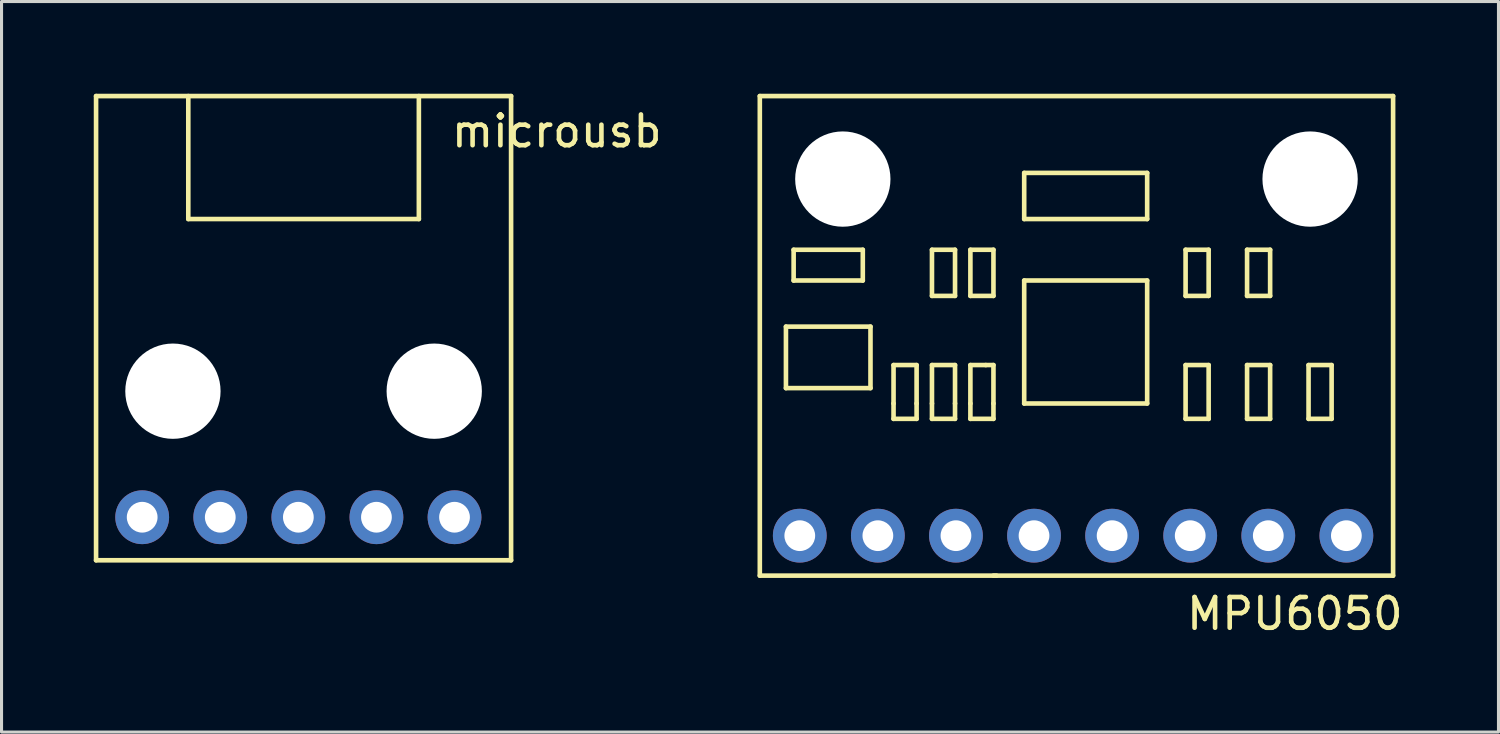
<source format=kicad_pcb>
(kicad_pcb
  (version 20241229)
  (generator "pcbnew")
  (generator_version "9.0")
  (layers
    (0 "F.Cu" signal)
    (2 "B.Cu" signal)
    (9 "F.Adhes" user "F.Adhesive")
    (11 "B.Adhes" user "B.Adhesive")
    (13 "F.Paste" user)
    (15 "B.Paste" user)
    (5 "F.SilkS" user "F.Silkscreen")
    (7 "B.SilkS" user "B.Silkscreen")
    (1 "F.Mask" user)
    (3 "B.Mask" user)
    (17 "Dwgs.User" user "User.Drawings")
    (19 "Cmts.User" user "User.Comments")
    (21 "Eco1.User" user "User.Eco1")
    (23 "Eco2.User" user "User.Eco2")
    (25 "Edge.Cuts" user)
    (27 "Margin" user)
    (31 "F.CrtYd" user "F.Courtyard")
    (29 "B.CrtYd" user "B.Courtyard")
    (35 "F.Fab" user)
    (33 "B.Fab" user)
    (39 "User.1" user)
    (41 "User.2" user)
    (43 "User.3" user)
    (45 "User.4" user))
  (footprint "microusb"
    (layer "F.Cu")
    (at 1.575 13.775)
    (property "Reference" "microusb" (at 13.486 -12.557 0) (layer "F.SilkS") (effects (font (size 1 1) (thickness 0.15))))
    (attr through_hole)
    (fp_line (start -1.5 -13.7) (end 12 -13.7) (stroke (width 0.15) (type solid)) (layer "F.SilkS"))
    (fp_line (start -1.5 1.4) (end -1.5 -13.7) (stroke (width 0.15) (type solid)) (layer "F.SilkS"))
    (fp_line (start -1.5 1.4) (end 12 1.4) (stroke (width 0.15) (type solid)) (layer "F.SilkS"))
    (fp_line (start 1.5 -9.7) (end 1.5 -13.7) (stroke (width 0.15) (type solid)) (layer "F.SilkS"))
    (fp_line (start 1.5 -9.7) (end 9 -9.7) (stroke (width 0.15) (type solid)) (layer "F.SilkS"))
    (fp_line (start 9 -9.7) (end 9 -13.7) (stroke (width 0.15) (type solid)) (layer "F.SilkS"))
    (fp_line (start 12 -13.7) (end 12 1.4) (stroke (width 0.15) (type solid)) (layer "F.SilkS"))
    (pad "" np_thru_hole circle (at 1 -4.1) (size 3.1 3.1) (drill 3.1) (layers "*.Cu" "*.Mask"))
    (pad "" np_thru_hole circle (at 9.5 -4.1) (size 3.1 3.1) (drill 3.1) (layers "*.Cu" "*.Mask"))
    (pad "1" thru_hole circle (at 0 0) (size 1.75 1.75) (drill 1) (layers "*.Cu" "*.Mask"))
    (pad "2" thru_hole circle (at 2.54 0) (size 1.75 1.75) (drill 1) (layers "*.Cu" "*.Mask"))
    (pad "3" thru_hole circle (at 5.08 0) (size 1.75 1.75) (drill 1) (layers "*.Cu" "*.Mask"))
    (pad "4" thru_hole circle (at 7.62 0) (size 1.75 1.75) (drill 1) (layers "*.Cu" "*.Mask"))
    (pad "5" thru_hole circle (at 10.16 0) (size 1.75 1.75) (drill 1) (layers "*.Cu" "*.Mask")))
  (footprint "MPU6050"
    (layer "F.Cu")
    (at 22.966 14.375)
    (property "Reference" "MPU6050" (at 16.104 2.54 0) (layer "F.SilkS") (effects (font (size 1 1) (thickness 0.15))))
    (attr through_hole)
    (fp_line (start -1.3 -14.3) (end 19.3 -14.3) (stroke (width 0.15) (type solid)) (layer "F.SilkS"))
    (fp_line (start -1.3 1.3) (end -1.3 -14.3) (stroke (width 0.15) (type solid)) (layer "F.SilkS"))
    (fp_line (start -1.3 1.3) (end 19.3 1.3) (stroke (width 0.15) (type solid)) (layer "F.SilkS"))
    (fp_line (start -0.45 -6.8) (end 2.3 -6.8) (stroke (width 0.15) (type solid)) (layer "F.SilkS"))
    (fp_line (start -0.45 -4.8) (end -0.45 -6.8) (stroke (width 0.15) (type solid)) (layer "F.SilkS"))
    (fp_line (start -0.2 -9.3) (end 2.05 -9.3) (stroke (width 0.15) (type solid)) (layer "F.SilkS"))
    (fp_line (start -0.2 -8.3) (end -0.2 -9.3) (stroke (width 0.15) (type solid)) (layer "F.SilkS"))
    (fp_line (start 2.05 -9.3) (end 2.05 -8.3) (stroke (width 0.15) (type solid)) (layer "F.SilkS"))
    (fp_line (start 2.05 -8.3) (end -0.2 -8.3) (stroke (width 0.15) (type solid)) (layer "F.SilkS"))
    (fp_line (start 2.3 -6.8) (end 2.3 -4.8) (stroke (width 0.15) (type solid)) (layer "F.SilkS"))
    (fp_line (start 2.3 -4.8) (end -0.45 -4.8) (stroke (width 0.15) (type solid)) (layer "F.SilkS"))
    (fp_line (start 3.05 -5.55) (end 3.05 -4.3) (stroke (width 0.15) (type solid)) (layer "F.SilkS"))
    (fp_line (start 3.05 -3.8) (end 3.05 -4.3) (stroke (width 0.15) (type solid)) (layer "F.SilkS"))
    (fp_line (start 3.8 -5.55) (end 3.05 -5.55) (stroke (width 0.15) (type solid)) (layer "F.SilkS"))
    (fp_line (start 3.8 -4.3) (end 3.8 -5.55) (stroke (width 0.15) (type solid)) (layer "F.SilkS"))
    (fp_line (start 3.8 -4.3) (end 3.8 -3.8) (stroke (width 0.15) (type solid)) (layer "F.SilkS"))
    (fp_line (start 3.8 -3.8) (end 3.05 -3.8) (stroke (width 0.15) (type solid)) (layer "F.SilkS"))
    (fp_line (start 4.3 -9.3) (end 4.3 -7.8) (stroke (width 0.15) (type solid)) (layer "F.SilkS"))
    (fp_line (start 4.3 -7.8) (end 5.05 -7.8) (stroke (width 0.15) (type solid)) (layer "F.SilkS"))
    (fp_line (start 4.3 -5.55) (end 4.3 -4.3) (stroke (width 0.15) (type solid)) (layer "F.SilkS"))
    (fp_line (start 4.3 -3.8) (end 4.3 -4.3) (stroke (width 0.15) (type solid)) (layer "F.SilkS"))
    (fp_line (start 5.05 -9.3) (end 4.3 -9.3) (stroke (width 0.15) (type solid)) (layer "F.SilkS"))
    (fp_line (start 5.05 -7.8) (end 5.05 -9.3) (stroke (width 0.15) (type solid)) (layer "F.SilkS"))
    (fp_line (start 5.05 -5.55) (end 4.3 -5.55) (stroke (width 0.15) (type solid)) (layer "F.SilkS"))
    (fp_line (start 5.05 -4.3) (end 5.05 -5.55) (stroke (width 0.15) (type solid)) (layer "F.SilkS"))
    (fp_line (start 5.05 -4.3) (end 5.05 -3.8) (stroke (width 0.15) (type solid)) (layer "F.SilkS"))
    (fp_line (start 5.05 -3.8) (end 4.3 -3.8) (stroke (width 0.15) (type solid)) (layer "F.SilkS"))
    (fp_line (start 5.55 -9.3) (end 5.55 -7.8) (stroke (width 0.15) (type solid)) (layer "F.SilkS"))
    (fp_line (start 5.55 -7.8) (end 6.3 -7.8) (stroke (width 0.15) (type solid)) (layer "F.SilkS"))
    (fp_line (start 5.55 -5.55) (end 6.05 -5.55) (stroke (width 0.15) (type solid)) (layer "F.SilkS"))
    (fp_line (start 5.55 -4.3) (end 5.55 -5.55) (stroke (width 0.15) (type solid)) (layer "F.SilkS"))
    (fp_line (start 5.55 -3.8) (end 5.55 -4.3) (stroke (width 0.15) (type solid)) (layer "F.SilkS"))
    (fp_line (start 6.05 -5.55) (end 6.3 -5.55) (stroke (width 0.15) (type solid)) (layer "F.SilkS"))
    (fp_line (start 6.3 -9.3) (end 5.55 -9.3) (stroke (width 0.15) (type solid)) (layer "F.SilkS"))
    (fp_line (start 6.3 -7.8) (end 6.3 -9.3) (stroke (width 0.15) (type solid)) (layer "F.SilkS"))
    (fp_line (start 6.3 -5.55) (end 6.3 -4.3) (stroke (width 0.15) (type solid)) (layer "F.SilkS"))
    (fp_line (start 6.3 -4.3) (end 6.3 -3.8) (stroke (width 0.15) (type solid)) (layer "F.SilkS"))
    (fp_line (start 6.3 -3.8) (end 5.55 -3.8) (stroke (width 0.15) (type solid)) (layer "F.SilkS"))
    (fp_line (start 6.4 1.3) (end 6.3 1.3) (stroke (width 0.15) (type solid)) (layer "F.SilkS"))
    (fp_line (start 7.3 -11.8) (end 7.3 -10.3) (stroke (width 0.15) (type solid)) (layer "F.SilkS"))
    (fp_line (start 7.3 -10.3) (end 11.3 -10.3) (stroke (width 0.15) (type solid)) (layer "F.SilkS"))
    (fp_line (start 7.3 -8.3) (end 7.3 -4.3) (stroke (width 0.15) (type solid)) (layer "F.SilkS"))
    (fp_line (start 7.3 -4.3) (end 11.3 -4.3) (stroke (width 0.15) (type solid)) (layer "F.SilkS"))
    (fp_line (start 11.3 -11.8) (end 7.3 -11.8) (stroke (width 0.15) (type solid)) (layer "F.SilkS"))
    (fp_line (start 11.3 -10.3) (end 11.3 -11.8) (stroke (width 0.15) (type solid)) (layer "F.SilkS"))
    (fp_line (start 11.3 -8.3) (end 7.3 -8.3) (stroke (width 0.15) (type solid)) (layer "F.SilkS"))
    (fp_line (start 11.3 -4.3) (end 11.3 -8.3) (stroke (width 0.15) (type solid)) (layer "F.SilkS"))
    (fp_line (start 12.55 -9.3) (end 13.3 -9.3) (stroke (width 0.15) (type solid)) (layer "F.SilkS"))
    (fp_line (start 12.55 -7.8) (end 12.55 -9.3) (stroke (width 0.15) (type solid)) (layer "F.SilkS"))
    (fp_line (start 12.55 -5.55) (end 13.3 -5.55) (stroke (width 0.15) (type solid)) (layer "F.SilkS"))
    (fp_line (start 12.55 -3.8) (end 12.55 -5.55) (stroke (width 0.15) (type solid)) (layer "F.SilkS"))
    (fp_line (start 13.3 -9.3) (end 13.3 -7.8) (stroke (width 0.15) (type solid)) (layer "F.SilkS"))
    (fp_line (start 13.3 -7.8) (end 12.55 -7.8) (stroke (width 0.15) (type solid)) (layer "F.SilkS"))
    (fp_line (start 13.3 -5.55) (end 13.3 -3.8) (stroke (width 0.15) (type solid)) (layer "F.SilkS"))
    (fp_line (start 13.3 -3.8) (end 12.55 -3.8) (stroke (width 0.15) (type solid)) (layer "F.SilkS"))
    (fp_line (start 14.55 -9.3) (end 15.3 -9.3) (stroke (width 0.15) (type solid)) (layer "F.SilkS"))
    (fp_line (start 14.55 -7.8) (end 14.55 -9.3) (stroke (width 0.15) (type solid)) (layer "F.SilkS"))
    (fp_line (start 14.55 -5.55) (end 14.55 -3.8) (stroke (width 0.15) (type solid)) (layer "F.SilkS"))
    (fp_line (start 14.55 -3.8) (end 15.3 -3.8) (stroke (width 0.15) (type solid)) (layer "F.SilkS"))
    (fp_line (start 15.3 -9.3) (end 15.3 -7.8) (stroke (width 0.15) (type solid)) (layer "F.SilkS"))
    (fp_line (start 15.3 -7.8) (end 14.55 -7.8) (stroke (width 0.15) (type solid)) (layer "F.SilkS"))
    (fp_line (start 15.3 -5.55) (end 14.55 -5.55) (stroke (width 0.15) (type solid)) (layer "F.SilkS"))
    (fp_line (start 15.3 -3.8) (end 15.3 -5.55) (stroke (width 0.15) (type solid)) (layer "F.SilkS"))
    (fp_line (start 16.55 -5.55) (end 17.3 -5.55) (stroke (width 0.15) (type solid)) (layer "F.SilkS"))
    (fp_line (start 16.55 -3.8) (end 16.55 -5.55) (stroke (width 0.15) (type solid)) (layer "F.SilkS"))
    (fp_line (start 17.3 -5.55) (end 17.3 -3.8) (stroke (width 0.15) (type solid)) (layer "F.SilkS"))
    (fp_line (start 17.3 -3.8) (end 16.55 -3.8) (stroke (width 0.15) (type solid)) (layer "F.SilkS"))
    (fp_line (start 19.3 1.3) (end 19.3 -14.3) (stroke (width 0.15) (type solid)) (layer "F.SilkS"))
    (pad "" np_thru_hole circle (at 1.4 -11.6) (size 3.1 3.1) (drill 3.1) (layers "*.Cu" "*.Mask"))
    (pad "" np_thru_hole circle (at 16.6 -11.6) (size 3.1 3.1) (drill 3.1) (layers "*.Cu" "*.Mask"))
    (pad "1" thru_hole circle (at 0 0) (size 1.75 1.75) (drill 1) (layers "*.Cu" "*.Mask"))
    (pad "2" thru_hole circle (at 2.54 0) (size 1.75 1.75) (drill 1) (layers "*.Cu" "*.Mask"))
    (pad "3" thru_hole circle (at 5.08 0) (size 1.75 1.75) (drill 1) (layers "*.Cu" "*.Mask"))
    (pad "4" thru_hole circle (at 7.62 0) (size 1.75 1.75) (drill 1) (layers "*.Cu" "*.Mask"))
    (pad "5" thru_hole circle (at 10.16 0) (size 1.75 1.75) (drill 1) (layers "*.Cu" "*.Mask"))
    (pad "6" thru_hole circle (at 12.7 0) (size 1.75 1.75) (drill 1) (layers "*.Cu" "*.Mask"))
    (pad "7" thru_hole circle (at 15.24 0) (size 1.75 1.75) (drill 1) (layers "*.Cu" "*.Mask"))
    (pad "8" thru_hole circle (at 17.78 0) (size 1.75 1.75) (drill 1) (layers "*.Cu" "*.Mask")))
  (gr_rect
    (start -3 -3)
    (end 45.694 20.763)
    (stroke (width 0.1) (type default))
    (fill no)
    (layer "Edge.Cuts")))
</source>
